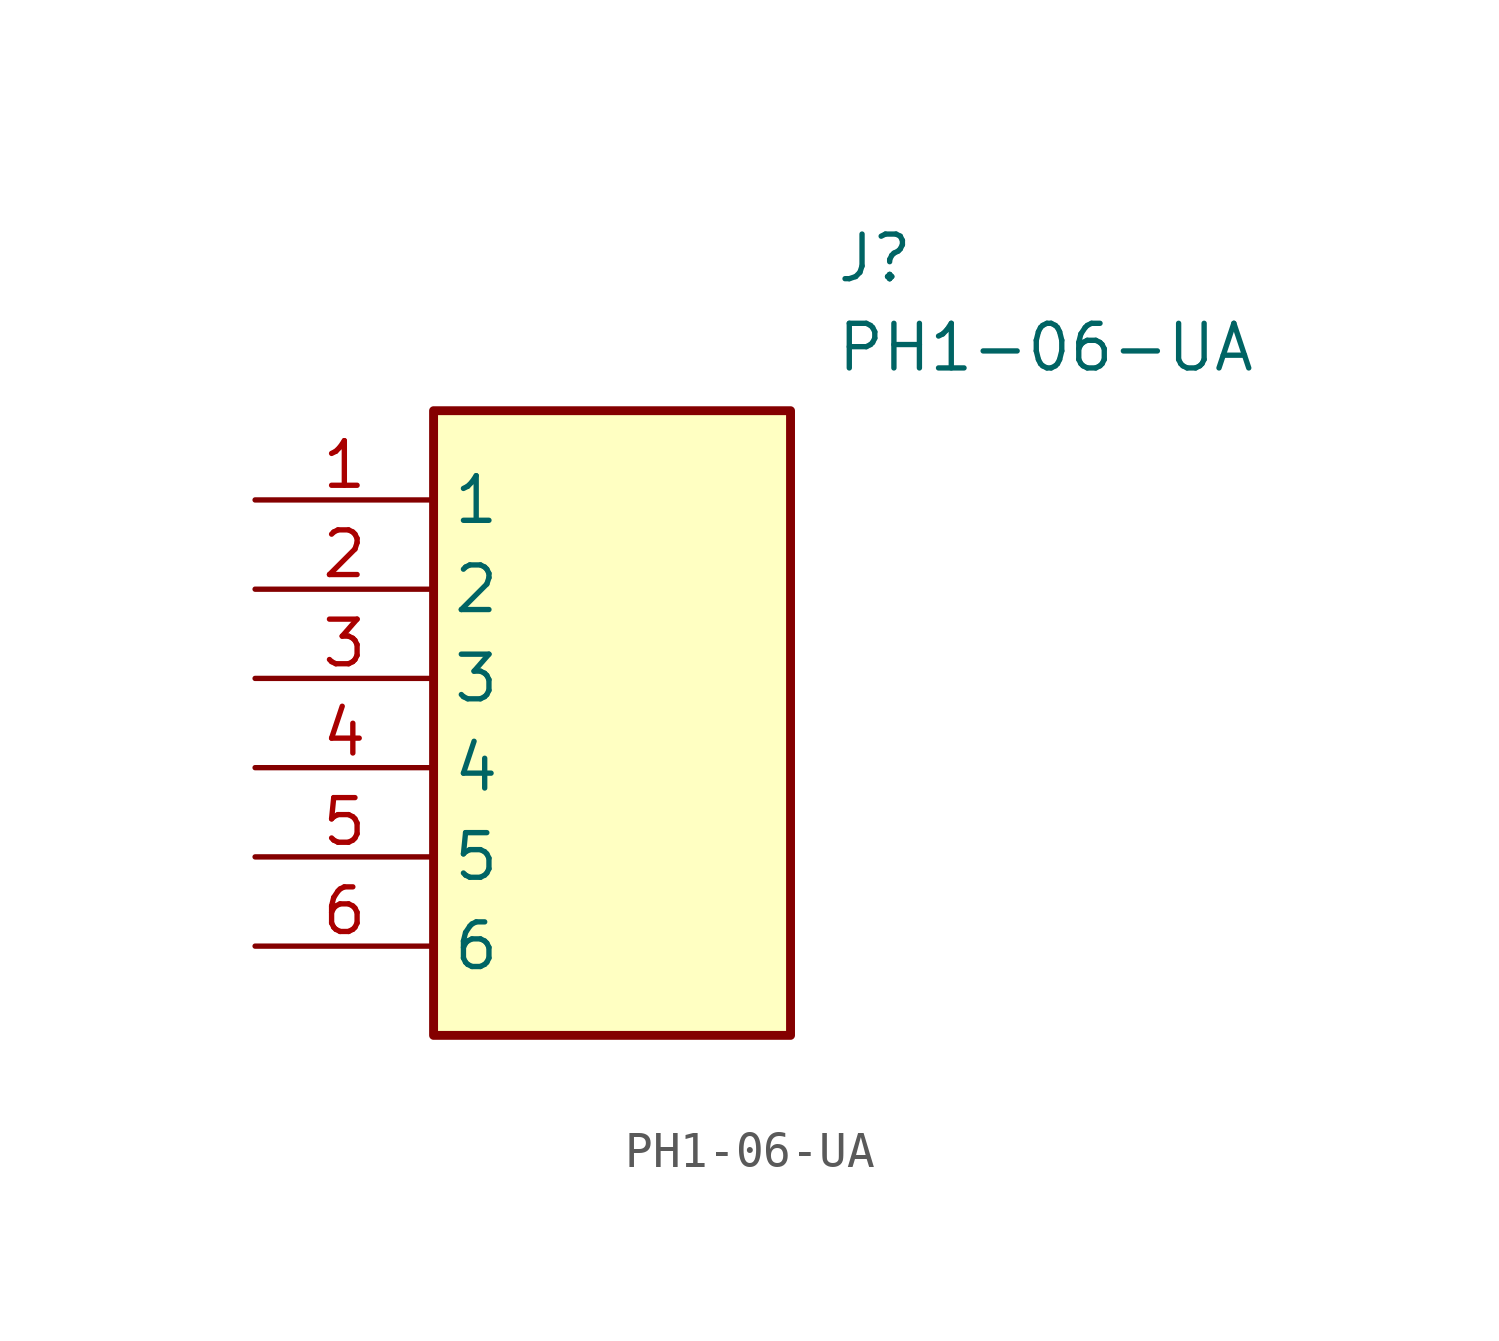
<source format=kicad_sym>
(kicad_symbol_lib
  (version 20211014)
  (generator SamacSys_ECAD_Model)
  (symbol "PH1-06-UA"
    (property "Reference" "J"
      (at 16.51 7.62 0)
      (effects (font (size 1.27 1.27)) (justify left top)))
    (property "Value" "PH1-06-UA"
      (at 16.51 5.08 0)
      (effects (font (size 1.27 1.27)) (justify left top)))
    (rectangle
      (start 5.08 2.54)
      (end 15.24 -15.24)
      (stroke (width 0.254) (type default))
      (fill (type background)))
    (pin passive line
      (at 0 0 0)
      (length 5.08)
      (name "1" (effects (font (size 1.27 1.27))))
      (number "1" (effects (font (size 1.27 1.27)))))
    (pin passive line
      (at 0 -2.54 0)
      (length 5.08)
      (name "2" (effects (font (size 1.27 1.27))))
      (number "2" (effects (font (size 1.27 1.27)))))
    (pin passive line
      (at 0 -5.08 0)
      (length 5.08)
      (name "3" (effects (font (size 1.27 1.27))))
      (number "3" (effects (font (size 1.27 1.27)))))
    (pin passive line
      (at 0 -7.62 0)
      (length 5.08)
      (name "4" (effects (font (size 1.27 1.27))))
      (number "4" (effects (font (size 1.27 1.27)))))
    (pin passive line
      (at 0 -10.16 0)
      (length 5.08)
      (name "5" (effects (font (size 1.27 1.27))))
      (number "5" (effects (font (size 1.27 1.27)))))
    (pin passive line
      (at 0 -12.7 0)
      (length 5.08)
      (name "6" (effects (font (size 1.27 1.27))))
      (number "6" (effects (font (size 1.27 1.27)))))))
</source>
